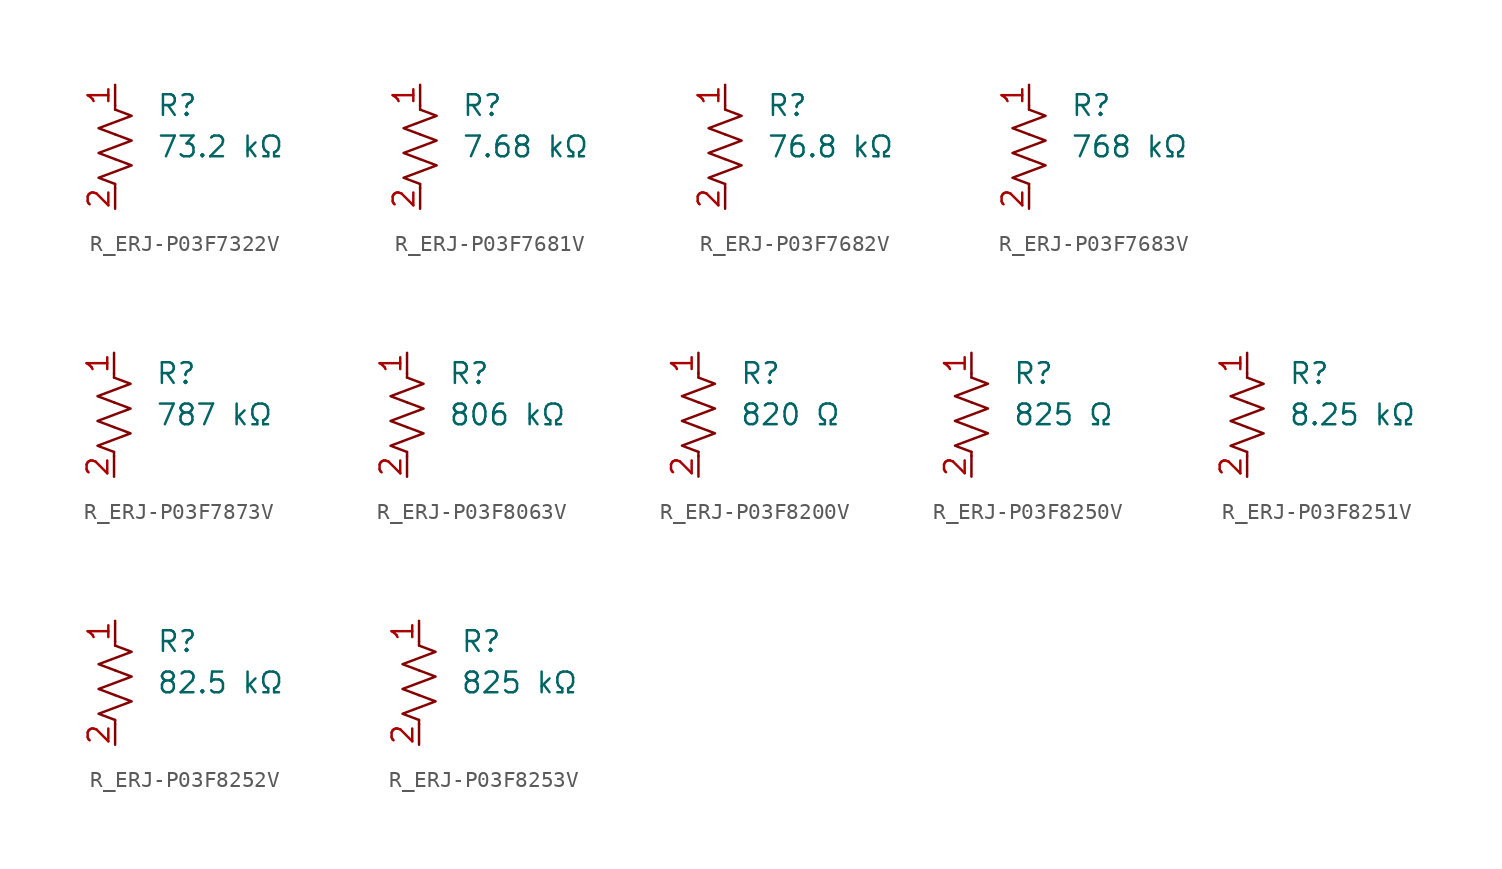
<source format=kicad_sym>
(kicad_symbol_lib
  (version 20231120)
  (generator "kicad_symbol_editor")
  (generator_version "8.0")
  (symbol "R_ERJ-P03F7322V"
    (pin_names
      (offset 0.254))
    (property "Value" "73.2 kΩ"
      (at 2.54 0 0)
      (effects (font (size 1.27 1.27)) (justify left)))
    (property "Reference" "R"
      (at 2.54 2.54 0)
      (effects (font (size 1.27 1.27)) (justify left)))
    (symbol "R_ERJ-P03F7322V_0_1"
      (polyline (pts (xy 0 -2.286) (xy 0 -2.54)) (stroke (width 0) (type default)) (fill (type none)))
      (polyline (pts (xy 0 2.286) (xy 0 2.54)) (stroke (width 0) (type default)) (fill (type none)))
      (polyline (pts (xy 0 -0.762) (xy 1.016 -1.143) (xy 0 -1.524) (xy -1.016 -1.905) (xy 0 -2.286)) (stroke (width 0) (type default)) (fill (type none)))
      (polyline (pts (xy 0 0.762) (xy 1.016 0.381) (xy 0 0) (xy -1.016 -0.381) (xy 0 -0.762)) (stroke (width 0) (type default)) (fill (type none)))
      (polyline (pts (xy 0 2.286) (xy 1.016 1.905) (xy 0 1.524) (xy -1.016 1.143) (xy 0 0.762)) (stroke (width 0) (type default)) (fill (type none))))
    (symbol "R_ERJ-P03F7322V_1_1"
      (pin passive line (at 0 3.81 270) (length 1.27) (name "~" (effects (font (size 1.27 1.27)))) (number "1" (effects (font (size 1.27 1.27)))))
      (pin passive line (at 0 -3.81 90) (length 1.27) (name "~" (effects (font (size 1.27 1.27)))) (number "2" (effects (font (size 1.27 1.27)))))))
  (symbol "R_ERJ-P03F7681V"
    (pin_names
      (offset 0.254))
    (property "Value" "7.68 kΩ"
      (at 2.54 0 0)
      (effects (font (size 1.27 1.27)) (justify left)))
    (property "Reference" "R"
      (at 2.54 2.54 0)
      (effects (font (size 1.27 1.27)) (justify left)))
    (symbol "R_ERJ-P03F7681V_0_1"
      (polyline (pts (xy 0 -2.286) (xy 0 -2.54)) (stroke (width 0) (type default)) (fill (type none)))
      (polyline (pts (xy 0 2.286) (xy 0 2.54)) (stroke (width 0) (type default)) (fill (type none)))
      (polyline (pts (xy 0 -0.762) (xy 1.016 -1.143) (xy 0 -1.524) (xy -1.016 -1.905) (xy 0 -2.286)) (stroke (width 0) (type default)) (fill (type none)))
      (polyline (pts (xy 0 0.762) (xy 1.016 0.381) (xy 0 0) (xy -1.016 -0.381) (xy 0 -0.762)) (stroke (width 0) (type default)) (fill (type none)))
      (polyline (pts (xy 0 2.286) (xy 1.016 1.905) (xy 0 1.524) (xy -1.016 1.143) (xy 0 0.762)) (stroke (width 0) (type default)) (fill (type none))))
    (symbol "R_ERJ-P03F7681V_1_1"
      (pin passive line (at 0 3.81 270) (length 1.27) (name "~" (effects (font (size 1.27 1.27)))) (number "1" (effects (font (size 1.27 1.27)))))
      (pin passive line (at 0 -3.81 90) (length 1.27) (name "~" (effects (font (size 1.27 1.27)))) (number "2" (effects (font (size 1.27 1.27)))))))
  (symbol "R_ERJ-P03F7682V"
    (pin_names
      (offset 0.254))
    (property "Value" "76.8 kΩ"
      (at 2.54 0 0)
      (effects (font (size 1.27 1.27)) (justify left)))
    (property "Reference" "R"
      (at 2.54 2.54 0)
      (effects (font (size 1.27 1.27)) (justify left)))
    (symbol "R_ERJ-P03F7682V_0_1"
      (polyline (pts (xy 0 -2.286) (xy 0 -2.54)) (stroke (width 0) (type default)) (fill (type none)))
      (polyline (pts (xy 0 2.286) (xy 0 2.54)) (stroke (width 0) (type default)) (fill (type none)))
      (polyline (pts (xy 0 -0.762) (xy 1.016 -1.143) (xy 0 -1.524) (xy -1.016 -1.905) (xy 0 -2.286)) (stroke (width 0) (type default)) (fill (type none)))
      (polyline (pts (xy 0 0.762) (xy 1.016 0.381) (xy 0 0) (xy -1.016 -0.381) (xy 0 -0.762)) (stroke (width 0) (type default)) (fill (type none)))
      (polyline (pts (xy 0 2.286) (xy 1.016 1.905) (xy 0 1.524) (xy -1.016 1.143) (xy 0 0.762)) (stroke (width 0) (type default)) (fill (type none))))
    (symbol "R_ERJ-P03F7682V_1_1"
      (pin passive line (at 0 3.81 270) (length 1.27) (name "~" (effects (font (size 1.27 1.27)))) (number "1" (effects (font (size 1.27 1.27)))))
      (pin passive line (at 0 -3.81 90) (length 1.27) (name "~" (effects (font (size 1.27 1.27)))) (number "2" (effects (font (size 1.27 1.27)))))))
  (symbol "R_ERJ-P03F7683V"
    (pin_names
      (offset 0.254))
    (property "Value" "768 kΩ"
      (at 2.54 0 0)
      (effects (font (size 1.27 1.27)) (justify left)))
    (property "Reference" "R"
      (at 2.54 2.54 0)
      (effects (font (size 1.27 1.27)) (justify left)))
    (symbol "R_ERJ-P03F7683V_0_1"
      (polyline (pts (xy 0 -2.286) (xy 0 -2.54)) (stroke (width 0) (type default)) (fill (type none)))
      (polyline (pts (xy 0 2.286) (xy 0 2.54)) (stroke (width 0) (type default)) (fill (type none)))
      (polyline (pts (xy 0 -0.762) (xy 1.016 -1.143) (xy 0 -1.524) (xy -1.016 -1.905) (xy 0 -2.286)) (stroke (width 0) (type default)) (fill (type none)))
      (polyline (pts (xy 0 0.762) (xy 1.016 0.381) (xy 0 0) (xy -1.016 -0.381) (xy 0 -0.762)) (stroke (width 0) (type default)) (fill (type none)))
      (polyline (pts (xy 0 2.286) (xy 1.016 1.905) (xy 0 1.524) (xy -1.016 1.143) (xy 0 0.762)) (stroke (width 0) (type default)) (fill (type none))))
    (symbol "R_ERJ-P03F7683V_1_1"
      (pin passive line (at 0 3.81 270) (length 1.27) (name "~" (effects (font (size 1.27 1.27)))) (number "1" (effects (font (size 1.27 1.27)))))
      (pin passive line (at 0 -3.81 90) (length 1.27) (name "~" (effects (font (size 1.27 1.27)))) (number "2" (effects (font (size 1.27 1.27)))))))
  (symbol "R_ERJ-P03F7873V"
    (pin_names
      (offset 0.254))
    (property "Value" "787 kΩ"
      (at 2.54 0 0)
      (effects (font (size 1.27 1.27)) (justify left)))
    (property "Reference" "R"
      (at 2.54 2.54 0)
      (effects (font (size 1.27 1.27)) (justify left)))
    (symbol "R_ERJ-P03F7873V_0_1"
      (polyline (pts (xy 0 -2.286) (xy 0 -2.54)) (stroke (width 0) (type default)) (fill (type none)))
      (polyline (pts (xy 0 2.286) (xy 0 2.54)) (stroke (width 0) (type default)) (fill (type none)))
      (polyline (pts (xy 0 -0.762) (xy 1.016 -1.143) (xy 0 -1.524) (xy -1.016 -1.905) (xy 0 -2.286)) (stroke (width 0) (type default)) (fill (type none)))
      (polyline (pts (xy 0 0.762) (xy 1.016 0.381) (xy 0 0) (xy -1.016 -0.381) (xy 0 -0.762)) (stroke (width 0) (type default)) (fill (type none)))
      (polyline (pts (xy 0 2.286) (xy 1.016 1.905) (xy 0 1.524) (xy -1.016 1.143) (xy 0 0.762)) (stroke (width 0) (type default)) (fill (type none))))
    (symbol "R_ERJ-P03F7873V_1_1"
      (pin passive line (at 0 3.81 270) (length 1.27) (name "~" (effects (font (size 1.27 1.27)))) (number "1" (effects (font (size 1.27 1.27)))))
      (pin passive line (at 0 -3.81 90) (length 1.27) (name "~" (effects (font (size 1.27 1.27)))) (number "2" (effects (font (size 1.27 1.27)))))))
  (symbol "R_ERJ-P03F8063V"
    (pin_names
      (offset 0.254))
    (property "Value" "806 kΩ"
      (at 2.54 0 0)
      (effects (font (size 1.27 1.27)) (justify left)))
    (property "Reference" "R"
      (at 2.54 2.54 0)
      (effects (font (size 1.27 1.27)) (justify left)))
    (symbol "R_ERJ-P03F8063V_0_1"
      (polyline (pts (xy 0 -2.286) (xy 0 -2.54)) (stroke (width 0) (type default)) (fill (type none)))
      (polyline (pts (xy 0 2.286) (xy 0 2.54)) (stroke (width 0) (type default)) (fill (type none)))
      (polyline (pts (xy 0 -0.762) (xy 1.016 -1.143) (xy 0 -1.524) (xy -1.016 -1.905) (xy 0 -2.286)) (stroke (width 0) (type default)) (fill (type none)))
      (polyline (pts (xy 0 0.762) (xy 1.016 0.381) (xy 0 0) (xy -1.016 -0.381) (xy 0 -0.762)) (stroke (width 0) (type default)) (fill (type none)))
      (polyline (pts (xy 0 2.286) (xy 1.016 1.905) (xy 0 1.524) (xy -1.016 1.143) (xy 0 0.762)) (stroke (width 0) (type default)) (fill (type none))))
    (symbol "R_ERJ-P03F8063V_1_1"
      (pin passive line (at 0 3.81 270) (length 1.27) (name "~" (effects (font (size 1.27 1.27)))) (number "1" (effects (font (size 1.27 1.27)))))
      (pin passive line (at 0 -3.81 90) (length 1.27) (name "~" (effects (font (size 1.27 1.27)))) (number "2" (effects (font (size 1.27 1.27)))))))
  (symbol "R_ERJ-P03F8200V"
    (pin_names
      (offset 0.254))
    (property "Value" "820 Ω"
      (at 2.54 0 0)
      (effects (font (size 1.27 1.27)) (justify left)))
    (property "Reference" "R"
      (at 2.54 2.54 0)
      (effects (font (size 1.27 1.27)) (justify left)))
    (symbol "R_ERJ-P03F8200V_0_1"
      (polyline (pts (xy 0 -2.286) (xy 0 -2.54)) (stroke (width 0) (type default)) (fill (type none)))
      (polyline (pts (xy 0 2.286) (xy 0 2.54)) (stroke (width 0) (type default)) (fill (type none)))
      (polyline (pts (xy 0 -0.762) (xy 1.016 -1.143) (xy 0 -1.524) (xy -1.016 -1.905) (xy 0 -2.286)) (stroke (width 0) (type default)) (fill (type none)))
      (polyline (pts (xy 0 0.762) (xy 1.016 0.381) (xy 0 0) (xy -1.016 -0.381) (xy 0 -0.762)) (stroke (width 0) (type default)) (fill (type none)))
      (polyline (pts (xy 0 2.286) (xy 1.016 1.905) (xy 0 1.524) (xy -1.016 1.143) (xy 0 0.762)) (stroke (width 0) (type default)) (fill (type none))))
    (symbol "R_ERJ-P03F8200V_1_1"
      (pin passive line (at 0 3.81 270) (length 1.27) (name "~" (effects (font (size 1.27 1.27)))) (number "1" (effects (font (size 1.27 1.27)))))
      (pin passive line (at 0 -3.81 90) (length 1.27) (name "~" (effects (font (size 1.27 1.27)))) (number "2" (effects (font (size 1.27 1.27)))))))
  (symbol "R_ERJ-P03F8250V"
    (pin_names
      (offset 0.254))
    (property "Value" "825 Ω"
      (at 2.54 0 0)
      (effects (font (size 1.27 1.27)) (justify left)))
    (property "Reference" "R"
      (at 2.54 2.54 0)
      (effects (font (size 1.27 1.27)) (justify left)))
    (symbol "R_ERJ-P03F8250V_0_1"
      (polyline (pts (xy 0 -2.286) (xy 0 -2.54)) (stroke (width 0) (type default)) (fill (type none)))
      (polyline (pts (xy 0 2.286) (xy 0 2.54)) (stroke (width 0) (type default)) (fill (type none)))
      (polyline (pts (xy 0 -0.762) (xy 1.016 -1.143) (xy 0 -1.524) (xy -1.016 -1.905) (xy 0 -2.286)) (stroke (width 0) (type default)) (fill (type none)))
      (polyline (pts (xy 0 0.762) (xy 1.016 0.381) (xy 0 0) (xy -1.016 -0.381) (xy 0 -0.762)) (stroke (width 0) (type default)) (fill (type none)))
      (polyline (pts (xy 0 2.286) (xy 1.016 1.905) (xy 0 1.524) (xy -1.016 1.143) (xy 0 0.762)) (stroke (width 0) (type default)) (fill (type none))))
    (symbol "R_ERJ-P03F8250V_1_1"
      (pin passive line (at 0 3.81 270) (length 1.27) (name "~" (effects (font (size 1.27 1.27)))) (number "1" (effects (font (size 1.27 1.27)))))
      (pin passive line (at 0 -3.81 90) (length 1.27) (name "~" (effects (font (size 1.27 1.27)))) (number "2" (effects (font (size 1.27 1.27)))))))
  (symbol "R_ERJ-P03F8251V"
    (pin_names
      (offset 0.254))
    (property "Value" "8.25 kΩ"
      (at 2.54 0 0)
      (effects (font (size 1.27 1.27)) (justify left)))
    (property "Reference" "R"
      (at 2.54 2.54 0)
      (effects (font (size 1.27 1.27)) (justify left)))
    (symbol "R_ERJ-P03F8251V_0_1"
      (polyline (pts (xy 0 -2.286) (xy 0 -2.54)) (stroke (width 0) (type default)) (fill (type none)))
      (polyline (pts (xy 0 2.286) (xy 0 2.54)) (stroke (width 0) (type default)) (fill (type none)))
      (polyline (pts (xy 0 -0.762) (xy 1.016 -1.143) (xy 0 -1.524) (xy -1.016 -1.905) (xy 0 -2.286)) (stroke (width 0) (type default)) (fill (type none)))
      (polyline (pts (xy 0 0.762) (xy 1.016 0.381) (xy 0 0) (xy -1.016 -0.381) (xy 0 -0.762)) (stroke (width 0) (type default)) (fill (type none)))
      (polyline (pts (xy 0 2.286) (xy 1.016 1.905) (xy 0 1.524) (xy -1.016 1.143) (xy 0 0.762)) (stroke (width 0) (type default)) (fill (type none))))
    (symbol "R_ERJ-P03F8251V_1_1"
      (pin passive line (at 0 3.81 270) (length 1.27) (name "~" (effects (font (size 1.27 1.27)))) (number "1" (effects (font (size 1.27 1.27)))))
      (pin passive line (at 0 -3.81 90) (length 1.27) (name "~" (effects (font (size 1.27 1.27)))) (number "2" (effects (font (size 1.27 1.27)))))))
  (symbol "R_ERJ-P03F8252V"
    (pin_names
      (offset 0.254))
    (property "Value" "82.5 kΩ"
      (at 2.54 0 0)
      (effects (font (size 1.27 1.27)) (justify left)))
    (property "Reference" "R"
      (at 2.54 2.54 0)
      (effects (font (size 1.27 1.27)) (justify left)))
    (symbol "R_ERJ-P03F8252V_0_1"
      (polyline (pts (xy 0 -2.286) (xy 0 -2.54)) (stroke (width 0) (type default)) (fill (type none)))
      (polyline (pts (xy 0 2.286) (xy 0 2.54)) (stroke (width 0) (type default)) (fill (type none)))
      (polyline (pts (xy 0 -0.762) (xy 1.016 -1.143) (xy 0 -1.524) (xy -1.016 -1.905) (xy 0 -2.286)) (stroke (width 0) (type default)) (fill (type none)))
      (polyline (pts (xy 0 0.762) (xy 1.016 0.381) (xy 0 0) (xy -1.016 -0.381) (xy 0 -0.762)) (stroke (width 0) (type default)) (fill (type none)))
      (polyline (pts (xy 0 2.286) (xy 1.016 1.905) (xy 0 1.524) (xy -1.016 1.143) (xy 0 0.762)) (stroke (width 0) (type default)) (fill (type none))))
    (symbol "R_ERJ-P03F8252V_1_1"
      (pin passive line (at 0 3.81 270) (length 1.27) (name "~" (effects (font (size 1.27 1.27)))) (number "1" (effects (font (size 1.27 1.27)))))
      (pin passive line (at 0 -3.81 90) (length 1.27) (name "~" (effects (font (size 1.27 1.27)))) (number "2" (effects (font (size 1.27 1.27)))))))
  (symbol "R_ERJ-P03F8253V"
    (pin_names
      (offset 0.254))
    (property "Value" "825 kΩ"
      (at 2.54 0 0)
      (effects (font (size 1.27 1.27)) (justify left)))
    (property "Reference" "R"
      (at 2.54 2.54 0)
      (effects (font (size 1.27 1.27)) (justify left)))
    (symbol "R_ERJ-P03F8253V_0_1"
      (polyline (pts (xy 0 -2.286) (xy 0 -2.54)) (stroke (width 0) (type default)) (fill (type none)))
      (polyline (pts (xy 0 2.286) (xy 0 2.54)) (stroke (width 0) (type default)) (fill (type none)))
      (polyline (pts (xy 0 -0.762) (xy 1.016 -1.143) (xy 0 -1.524) (xy -1.016 -1.905) (xy 0 -2.286)) (stroke (width 0) (type default)) (fill (type none)))
      (polyline (pts (xy 0 0.762) (xy 1.016 0.381) (xy 0 0) (xy -1.016 -0.381) (xy 0 -0.762)) (stroke (width 0) (type default)) (fill (type none)))
      (polyline (pts (xy 0 2.286) (xy 1.016 1.905) (xy 0 1.524) (xy -1.016 1.143) (xy 0 0.762)) (stroke (width 0) (type default)) (fill (type none))))
    (symbol "R_ERJ-P03F8253V_1_1"
      (pin passive line (at 0 3.81 270) (length 1.27) (name "~" (effects (font (size 1.27 1.27)))) (number "1" (effects (font (size 1.27 1.27)))))
      (pin passive line (at 0 -3.81 90) (length 1.27) (name "~" (effects (font (size 1.27 1.27)))) (number "2" (effects (font (size 1.27 1.27))))))))
</source>
